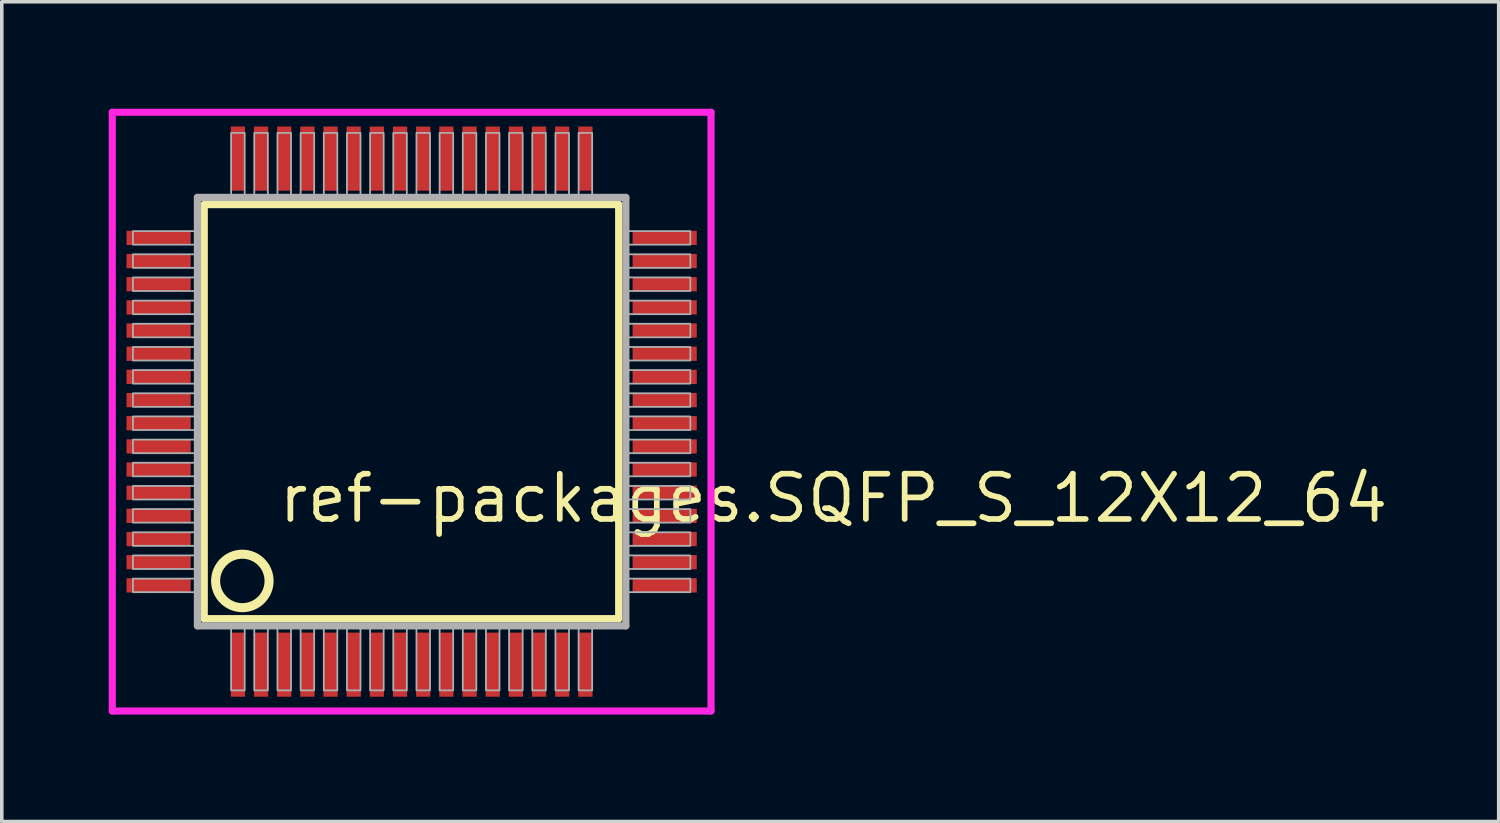
<source format=kicad_pcb>
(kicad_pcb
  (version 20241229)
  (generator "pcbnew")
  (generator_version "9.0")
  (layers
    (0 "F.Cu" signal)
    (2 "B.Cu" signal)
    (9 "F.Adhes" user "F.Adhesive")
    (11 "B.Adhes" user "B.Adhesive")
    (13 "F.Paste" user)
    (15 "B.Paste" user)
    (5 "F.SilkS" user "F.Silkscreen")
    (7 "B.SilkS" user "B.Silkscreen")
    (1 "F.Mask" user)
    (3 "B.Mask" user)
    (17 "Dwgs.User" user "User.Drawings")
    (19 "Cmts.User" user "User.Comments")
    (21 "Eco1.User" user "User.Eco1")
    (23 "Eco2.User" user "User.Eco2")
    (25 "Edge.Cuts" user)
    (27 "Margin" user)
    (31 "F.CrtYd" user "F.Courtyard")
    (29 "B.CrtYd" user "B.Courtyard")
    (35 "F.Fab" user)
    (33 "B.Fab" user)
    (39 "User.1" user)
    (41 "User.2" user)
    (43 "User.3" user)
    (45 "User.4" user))
  (footprint "ref-packages.SQFP_S_12X12_64"
    (layer "F.Cu")
    (at 8.5 8.5)
    (property "Reference" "ref-packages.SQFP_S_12X12_64" (at -3.81 3.175 0) (layer "F.SilkS") (effects (font (size 1.27 1.27) (thickness 0.16)) (justify left bottom)))
    (attr smd)
    (fp_line (start -5.82 -5.81) (end 5.81 -5.81) (stroke (width 0.203) (type default)) (layer "F.SilkS"))
    (fp_line (start -5.82 5.81) (end -5.82 -5.81) (stroke (width 0.203) (type default)) (layer "F.SilkS"))
    (fp_line (start 5.81 -5.81) (end 5.81 5.81) (stroke (width 0.203) (type default)) (layer "F.SilkS"))
    (fp_line (start 5.81 5.81) (end -5.82 5.81) (stroke (width 0.203) (type default)) (layer "F.SilkS"))
    (fp_circle (center -4.75 4.75) (end -4 4.75) (stroke (width 0.254) (type default)) (fill no) (layer "F.SilkS"))
    (fp_line (start -8.4 -8.4) (end 8.4 -8.4) (stroke (width 0.2) (type default)) (layer "F.CrtYd"))
    (fp_line (start -8.4 8.4) (end -8.4 -8.4) (stroke (width 0.2) (type default)) (layer "F.CrtYd"))
    (fp_line (start 8.4 -8.4) (end 8.4 8.4) (stroke (width 0.2) (type default)) (layer "F.CrtYd"))
    (fp_line (start 8.4 8.4) (end -8.4 8.4) (stroke (width 0.2) (type default)) (layer "F.CrtYd"))
    (fp_line (start -6.01 -6.01) (end -6.01 6.01) (stroke (width 0.203) (type default)) (layer "F.Fab"))
    (fp_line (start -6.01 6.01) (end 6.01 6.01) (stroke (width 0.203) (type default)) (layer "F.Fab"))
    (fp_line (start 6.01 -6.01) (end -6.01 -6.01) (stroke (width 0.203) (type default)) (layer "F.Fab"))
    (fp_line (start 6.01 6.01) (end 6.01 -6.01) (stroke (width 0.203) (type default)) (layer "F.Fab"))
    (fp_rect (start -7.82 -4.685) (end -6.05 -5.065) (stroke (width 0.05) (type default)) (fill no) (layer "F.Fab"))
    (fp_rect (start -7.82 -4.035) (end -6.05 -4.415) (stroke (width 0.05) (type default)) (fill no) (layer "F.Fab"))
    (fp_rect (start -7.82 -3.385) (end -6.05 -3.765) (stroke (width 0.05) (type default)) (fill no) (layer "F.Fab"))
    (fp_rect (start -7.82 -2.735) (end -6.05 -3.115) (stroke (width 0.05) (type default)) (fill no) (layer "F.Fab"))
    (fp_rect (start -7.82 -2.085) (end -6.05 -2.465) (stroke (width 0.05) (type default)) (fill no) (layer "F.Fab"))
    (fp_rect (start -7.82 -1.435) (end -6.05 -1.815) (stroke (width 0.05) (type default)) (fill no) (layer "F.Fab"))
    (fp_rect (start -7.82 -0.785) (end -6.05 -1.165) (stroke (width 0.05) (type default)) (fill no) (layer "F.Fab"))
    (fp_rect (start -7.82 -0.135) (end -6.05 -0.515) (stroke (width 0.05) (type default)) (fill no) (layer "F.Fab"))
    (fp_rect (start -7.82 0.515) (end -6.05 0.135) (stroke (width 0.05) (type default)) (fill no) (layer "F.Fab"))
    (fp_rect (start -7.82 1.165) (end -6.05 0.785) (stroke (width 0.05) (type default)) (fill no) (layer "F.Fab"))
    (fp_rect (start -7.82 1.815) (end -6.05 1.435) (stroke (width 0.05) (type default)) (fill no) (layer "F.Fab"))
    (fp_rect (start -7.82 2.465) (end -6.05 2.085) (stroke (width 0.05) (type default)) (fill no) (layer "F.Fab"))
    (fp_rect (start -7.82 3.115) (end -6.05 2.735) (stroke (width 0.05) (type default)) (fill no) (layer "F.Fab"))
    (fp_rect (start -7.82 3.765) (end -6.05 3.385) (stroke (width 0.05) (type default)) (fill no) (layer "F.Fab"))
    (fp_rect (start -7.82 4.415) (end -6.05 4.035) (stroke (width 0.05) (type default)) (fill no) (layer "F.Fab"))
    (fp_rect (start -7.82 5.065) (end -6.05 4.685) (stroke (width 0.05) (type default)) (fill no) (layer "F.Fab"))
    (fp_rect (start -5.065 -6.05) (end -4.685 -7.82) (stroke (width 0.05) (type default)) (fill no) (layer "F.Fab"))
    (fp_rect (start -5.065 7.82) (end -4.685 6.05) (stroke (width 0.05) (type default)) (fill no) (layer "F.Fab"))
    (fp_rect (start -4.415 -6.05) (end -4.035 -7.82) (stroke (width 0.05) (type default)) (fill no) (layer "F.Fab"))
    (fp_rect (start -4.415 7.82) (end -4.035 6.05) (stroke (width 0.05) (type default)) (fill no) (layer "F.Fab"))
    (fp_rect (start -3.765 -6.05) (end -3.385 -7.82) (stroke (width 0.05) (type default)) (fill no) (layer "F.Fab"))
    (fp_rect (start -3.765 7.82) (end -3.385 6.05) (stroke (width 0.05) (type default)) (fill no) (layer "F.Fab"))
    (fp_rect (start -3.115 -6.05) (end -2.735 -7.82) (stroke (width 0.05) (type default)) (fill no) (layer "F.Fab"))
    (fp_rect (start -3.115 7.82) (end -2.735 6.05) (stroke (width 0.05) (type default)) (fill no) (layer "F.Fab"))
    (fp_rect (start -2.465 -6.05) (end -2.085 -7.82) (stroke (width 0.05) (type default)) (fill no) (layer "F.Fab"))
    (fp_rect (start -2.465 7.82) (end -2.085 6.05) (stroke (width 0.05) (type default)) (fill no) (layer "F.Fab"))
    (fp_rect (start -1.815 -6.05) (end -1.435 -7.82) (stroke (width 0.05) (type default)) (fill no) (layer "F.Fab"))
    (fp_rect (start -1.815 7.82) (end -1.435 6.05) (stroke (width 0.05) (type default)) (fill no) (layer "F.Fab"))
    (fp_rect (start -1.165 -6.05) (end -0.785 -7.82) (stroke (width 0.05) (type default)) (fill no) (layer "F.Fab"))
    (fp_rect (start -1.165 7.82) (end -0.785 6.05) (stroke (width 0.05) (type default)) (fill no) (layer "F.Fab"))
    (fp_rect (start -0.515 -6.05) (end -0.135 -7.82) (stroke (width 0.05) (type default)) (fill no) (layer "F.Fab"))
    (fp_rect (start -0.515 7.82) (end -0.135 6.05) (stroke (width 0.05) (type default)) (fill no) (layer "F.Fab"))
    (fp_rect (start 0.135 -6.05) (end 0.515 -7.82) (stroke (width 0.05) (type default)) (fill no) (layer "F.Fab"))
    (fp_rect (start 0.135 7.82) (end 0.515 6.05) (stroke (width 0.05) (type default)) (fill no) (layer "F.Fab"))
    (fp_rect (start 0.785 -6.05) (end 1.165 -7.82) (stroke (width 0.05) (type default)) (fill no) (layer "F.Fab"))
    (fp_rect (start 0.785 7.82) (end 1.165 6.05) (stroke (width 0.05) (type default)) (fill no) (layer "F.Fab"))
    (fp_rect (start 1.435 -6.05) (end 1.815 -7.82) (stroke (width 0.05) (type default)) (fill no) (layer "F.Fab"))
    (fp_rect (start 1.435 7.82) (end 1.815 6.05) (stroke (width 0.05) (type default)) (fill no) (layer "F.Fab"))
    (fp_rect (start 2.085 -6.05) (end 2.465 -7.82) (stroke (width 0.05) (type default)) (fill no) (layer "F.Fab"))
    (fp_rect (start 2.085 7.82) (end 2.465 6.05) (stroke (width 0.05) (type default)) (fill no) (layer "F.Fab"))
    (fp_rect (start 2.735 -6.05) (end 3.115 -7.82) (stroke (width 0.05) (type default)) (fill no) (layer "F.Fab"))
    (fp_rect (start 2.735 7.82) (end 3.115 6.05) (stroke (width 0.05) (type default)) (fill no) (layer "F.Fab"))
    (fp_rect (start 3.385 -6.05) (end 3.765 -7.82) (stroke (width 0.05) (type default)) (fill no) (layer "F.Fab"))
    (fp_rect (start 3.385 7.82) (end 3.765 6.05) (stroke (width 0.05) (type default)) (fill no) (layer "F.Fab"))
    (fp_rect (start 4.035 -6.05) (end 4.415 -7.82) (stroke (width 0.05) (type default)) (fill no) (layer "F.Fab"))
    (fp_rect (start 4.035 7.82) (end 4.415 6.05) (stroke (width 0.05) (type default)) (fill no) (layer "F.Fab"))
    (fp_rect (start 4.685 -6.05) (end 5.065 -7.82) (stroke (width 0.05) (type default)) (fill no) (layer "F.Fab"))
    (fp_rect (start 4.685 7.82) (end 5.065 6.05) (stroke (width 0.05) (type default)) (fill no) (layer "F.Fab"))
    (fp_rect (start 6.05 -4.685) (end 7.82 -5.065) (stroke (width 0.05) (type default)) (fill no) (layer "F.Fab"))
    (fp_rect (start 6.05 -4.035) (end 7.82 -4.415) (stroke (width 0.05) (type default)) (fill no) (layer "F.Fab"))
    (fp_rect (start 6.05 -3.385) (end 7.82 -3.765) (stroke (width 0.05) (type default)) (fill no) (layer "F.Fab"))
    (fp_rect (start 6.05 -2.735) (end 7.82 -3.115) (stroke (width 0.05) (type default)) (fill no) (layer "F.Fab"))
    (fp_rect (start 6.05 -2.085) (end 7.82 -2.465) (stroke (width 0.05) (type default)) (fill no) (layer "F.Fab"))
    (fp_rect (start 6.05 -1.435) (end 7.82 -1.815) (stroke (width 0.05) (type default)) (fill no) (layer "F.Fab"))
    (fp_rect (start 6.05 -0.785) (end 7.82 -1.165) (stroke (width 0.05) (type default)) (fill no) (layer "F.Fab"))
    (fp_rect (start 6.05 -0.135) (end 7.82 -0.515) (stroke (width 0.05) (type default)) (fill no) (layer "F.Fab"))
    (fp_rect (start 6.05 0.515) (end 7.82 0.135) (stroke (width 0.05) (type default)) (fill no) (layer "F.Fab"))
    (fp_rect (start 6.05 1.165) (end 7.82 0.785) (stroke (width 0.05) (type default)) (fill no) (layer "F.Fab"))
    (fp_rect (start 6.05 1.815) (end 7.82 1.435) (stroke (width 0.05) (type default)) (fill no) (layer "F.Fab"))
    (fp_rect (start 6.05 2.465) (end 7.82 2.085) (stroke (width 0.05) (type default)) (fill no) (layer "F.Fab"))
    (fp_rect (start 6.05 3.115) (end 7.82 2.735) (stroke (width 0.05) (type default)) (fill no) (layer "F.Fab"))
    (fp_rect (start 6.05 3.765) (end 7.82 3.385) (stroke (width 0.05) (type default)) (fill no) (layer "F.Fab"))
    (fp_rect (start 6.05 4.415) (end 7.82 4.035) (stroke (width 0.05) (type default)) (fill no) (layer "F.Fab"))
    (fp_rect (start 6.05 5.065) (end 7.82 4.685) (stroke (width 0.05) (type default)) (fill no) (layer "F.Fab"))
    (pad "1" smd roundrect (at -4.875 7.1) (size 0.4 1.8) (layers "F.Cu" "F.Mask" "F.Paste") (roundrect_rratio 0.01))
    (pad "2" smd roundrect (at -4.225 7.1) (size 0.4 1.8) (layers "F.Cu" "F.Mask" "F.Paste") (roundrect_rratio 0.01))
    (pad "3" smd roundrect (at -3.575 7.1) (size 0.4 1.8) (layers "F.Cu" "F.Mask" "F.Paste") (roundrect_rratio 0.01))
    (pad "4" smd roundrect (at -2.925 7.1) (size 0.4 1.8) (layers "F.Cu" "F.Mask" "F.Paste") (roundrect_rratio 0.01))
    (pad "5" smd roundrect (at -2.275 7.1) (size 0.4 1.8) (layers "F.Cu" "F.Mask" "F.Paste") (roundrect_rratio 0.01))
    (pad "6" smd roundrect (at -1.625 7.1) (size 0.4 1.8) (layers "F.Cu" "F.Mask" "F.Paste") (roundrect_rratio 0.01))
    (pad "7" smd roundrect (at -0.975 7.1) (size 0.4 1.8) (layers "F.Cu" "F.Mask" "F.Paste") (roundrect_rratio 0.01))
    (pad "8" smd roundrect (at -0.325 7.1) (size 0.4 1.8) (layers "F.Cu" "F.Mask" "F.Paste") (roundrect_rratio 0.01))
    (pad "9" smd roundrect (at 0.325 7.1) (size 0.4 1.8) (layers "F.Cu" "F.Mask" "F.Paste") (roundrect_rratio 0.01))
    (pad "10" smd roundrect (at 0.975 7.1) (size 0.4 1.8) (layers "F.Cu" "F.Mask" "F.Paste") (roundrect_rratio 0.01))
    (pad "11" smd roundrect (at 1.625 7.1) (size 0.4 1.8) (layers "F.Cu" "F.Mask" "F.Paste") (roundrect_rratio 0.01))
    (pad "12" smd roundrect (at 2.275 7.1) (size 0.4 1.8) (layers "F.Cu" "F.Mask" "F.Paste") (roundrect_rratio 0.01))
    (pad "13" smd roundrect (at 2.925 7.1) (size 0.4 1.8) (layers "F.Cu" "F.Mask" "F.Paste") (roundrect_rratio 0.01))
    (pad "14" smd roundrect (at 3.575 7.1) (size 0.4 1.8) (layers "F.Cu" "F.Mask" "F.Paste") (roundrect_rratio 0.01))
    (pad "15" smd roundrect (at 4.225 7.1) (size 0.4 1.8) (layers "F.Cu" "F.Mask" "F.Paste") (roundrect_rratio 0.01))
    (pad "16" smd roundrect (at 4.875 7.1) (size 0.4 1.8) (layers "F.Cu" "F.Mask" "F.Paste") (roundrect_rratio 0.01))
    (pad "17" smd roundrect (at 7.1 4.875) (size 1.8 0.4) (layers "F.Cu" "F.Mask" "F.Paste") (roundrect_rratio 0.01))
    (pad "18" smd roundrect (at 7.1 4.225) (size 1.8 0.4) (layers "F.Cu" "F.Mask" "F.Paste") (roundrect_rratio 0.01))
    (pad "19" smd roundrect (at 7.1 3.575) (size 1.8 0.4) (layers "F.Cu" "F.Mask" "F.Paste") (roundrect_rratio 0.01))
    (pad "20" smd roundrect (at 7.1 2.925) (size 1.8 0.4) (layers "F.Cu" "F.Mask" "F.Paste") (roundrect_rratio 0.01))
    (pad "21" smd roundrect (at 7.1 2.275) (size 1.8 0.4) (layers "F.Cu" "F.Mask" "F.Paste") (roundrect_rratio 0.01))
    (pad "22" smd roundrect (at 7.1 1.625) (size 1.8 0.4) (layers "F.Cu" "F.Mask" "F.Paste") (roundrect_rratio 0.01))
    (pad "23" smd roundrect (at 7.1 0.975) (size 1.8 0.4) (layers "F.Cu" "F.Mask" "F.Paste") (roundrect_rratio 0.01))
    (pad "24" smd roundrect (at 7.1 0.325) (size 1.8 0.4) (layers "F.Cu" "F.Mask" "F.Paste") (roundrect_rratio 0.01))
    (pad "25" smd roundrect (at 7.1 -0.325) (size 1.8 0.4) (layers "F.Cu" "F.Mask" "F.Paste") (roundrect_rratio 0.01))
    (pad "26" smd roundrect (at 7.1 -0.975) (size 1.8 0.4) (layers "F.Cu" "F.Mask" "F.Paste") (roundrect_rratio 0.01))
    (pad "27" smd roundrect (at 7.1 -1.625) (size 1.8 0.4) (layers "F.Cu" "F.Mask" "F.Paste") (roundrect_rratio 0.01))
    (pad "28" smd roundrect (at 7.1 -2.275) (size 1.8 0.4) (layers "F.Cu" "F.Mask" "F.Paste") (roundrect_rratio 0.01))
    (pad "29" smd roundrect (at 7.1 -2.925) (size 1.8 0.4) (layers "F.Cu" "F.Mask" "F.Paste") (roundrect_rratio 0.01))
    (pad "30" smd roundrect (at 7.1 -3.575) (size 1.8 0.4) (layers "F.Cu" "F.Mask" "F.Paste") (roundrect_rratio 0.01))
    (pad "31" smd roundrect (at 7.1 -4.225) (size 1.8 0.4) (layers "F.Cu" "F.Mask" "F.Paste") (roundrect_rratio 0.01))
    (pad "32" smd roundrect (at 7.1 -4.875) (size 1.8 0.4) (layers "F.Cu" "F.Mask" "F.Paste") (roundrect_rratio 0.01))
    (pad "33" smd roundrect (at 4.875 -7.1) (size 0.4 1.8) (layers "F.Cu" "F.Mask" "F.Paste") (roundrect_rratio 0.01))
    (pad "34" smd roundrect (at 4.225 -7.1) (size 0.4 1.8) (layers "F.Cu" "F.Mask" "F.Paste") (roundrect_rratio 0.01))
    (pad "35" smd roundrect (at 3.575 -7.1) (size 0.4 1.8) (layers "F.Cu" "F.Mask" "F.Paste") (roundrect_rratio 0.01))
    (pad "36" smd roundrect (at 2.925 -7.1) (size 0.4 1.8) (layers "F.Cu" "F.Mask" "F.Paste") (roundrect_rratio 0.01))
    (pad "37" smd roundrect (at 2.275 -7.1) (size 0.4 1.8) (layers "F.Cu" "F.Mask" "F.Paste") (roundrect_rratio 0.01))
    (pad "38" smd roundrect (at 1.625 -7.1) (size 0.4 1.8) (layers "F.Cu" "F.Mask" "F.Paste") (roundrect_rratio 0.01))
    (pad "39" smd roundrect (at 0.975 -7.1) (size 0.4 1.8) (layers "F.Cu" "F.Mask" "F.Paste") (roundrect_rratio 0.01))
    (pad "40" smd roundrect (at 0.325 -7.1) (size 0.4 1.8) (layers "F.Cu" "F.Mask" "F.Paste") (roundrect_rratio 0.01))
    (pad "41" smd roundrect (at -0.325 -7.1) (size 0.4 1.8) (layers "F.Cu" "F.Mask" "F.Paste") (roundrect_rratio 0.01))
    (pad "42" smd roundrect (at -0.975 -7.1) (size 0.4 1.8) (layers "F.Cu" "F.Mask" "F.Paste") (roundrect_rratio 0.01))
    (pad "43" smd roundrect (at -1.625 -7.1) (size 0.4 1.8) (layers "F.Cu" "F.Mask" "F.Paste") (roundrect_rratio 0.01))
    (pad "44" smd roundrect (at -2.275 -7.1) (size 0.4 1.8) (layers "F.Cu" "F.Mask" "F.Paste") (roundrect_rratio 0.01))
    (pad "45" smd roundrect (at -2.925 -7.1) (size 0.4 1.8) (layers "F.Cu" "F.Mask" "F.Paste") (roundrect_rratio 0.01))
    (pad "46" smd roundrect (at -3.575 -7.1) (size 0.4 1.8) (layers "F.Cu" "F.Mask" "F.Paste") (roundrect_rratio 0.01))
    (pad "47" smd roundrect (at -4.225 -7.1) (size 0.4 1.8) (layers "F.Cu" "F.Mask" "F.Paste") (roundrect_rratio 0.01))
    (pad "48" smd roundrect (at -4.875 -7.1) (size 0.4 1.8) (layers "F.Cu" "F.Mask" "F.Paste") (roundrect_rratio 0.01))
    (pad "49" smd roundrect (at -7.1 -4.875) (size 1.8 0.4) (layers "F.Cu" "F.Mask" "F.Paste") (roundrect_rratio 0.01))
    (pad "50" smd roundrect (at -7.1 -4.225) (size 1.8 0.4) (layers "F.Cu" "F.Mask" "F.Paste") (roundrect_rratio 0.01))
    (pad "51" smd roundrect (at -7.1 -3.575) (size 1.8 0.4) (layers "F.Cu" "F.Mask" "F.Paste") (roundrect_rratio 0.01))
    (pad "52" smd roundrect (at -7.1 -2.925) (size 1.8 0.4) (layers "F.Cu" "F.Mask" "F.Paste") (roundrect_rratio 0.01))
    (pad "53" smd roundrect (at -7.1 -2.275) (size 1.8 0.4) (layers "F.Cu" "F.Mask" "F.Paste") (roundrect_rratio 0.01))
    (pad "54" smd roundrect (at -7.1 -1.625) (size 1.8 0.4) (layers "F.Cu" "F.Mask" "F.Paste") (roundrect_rratio 0.01))
    (pad "55" smd roundrect (at -7.1 -0.975) (size 1.8 0.4) (layers "F.Cu" "F.Mask" "F.Paste") (roundrect_rratio 0.01))
    (pad "56" smd roundrect (at -7.1 -0.325) (size 1.8 0.4) (layers "F.Cu" "F.Mask" "F.Paste") (roundrect_rratio 0.01))
    (pad "57" smd roundrect (at -7.1 0.325) (size 1.8 0.4) (layers "F.Cu" "F.Mask" "F.Paste") (roundrect_rratio 0.01))
    (pad "58" smd roundrect (at -7.1 0.975) (size 1.8 0.4) (layers "F.Cu" "F.Mask" "F.Paste") (roundrect_rratio 0.01))
    (pad "59" smd roundrect (at -7.1 1.625) (size 1.8 0.4) (layers "F.Cu" "F.Mask" "F.Paste") (roundrect_rratio 0.01))
    (pad "60" smd roundrect (at -7.1 2.275) (size 1.8 0.4) (layers "F.Cu" "F.Mask" "F.Paste") (roundrect_rratio 0.01))
    (pad "61" smd roundrect (at -7.1 2.925) (size 1.8 0.4) (layers "F.Cu" "F.Mask" "F.Paste") (roundrect_rratio 0.01))
    (pad "62" smd roundrect (at -7.1 3.575) (size 1.8 0.4) (layers "F.Cu" "F.Mask" "F.Paste") (roundrect_rratio 0.01))
    (pad "63" smd roundrect (at -7.1 4.225) (size 1.8 0.4) (layers "F.Cu" "F.Mask" "F.Paste") (roundrect_rratio 0.01))
    (pad "64" smd roundrect (at -7.1 4.875) (size 1.8 0.4) (layers "F.Cu" "F.Mask" "F.Paste") (roundrect_rratio 0.01)))
  (gr_rect
    (start -3 -3)
    (end 39.001 20)
    (stroke (width 0.1) (type default))
    (fill no)
    (layer "Edge.Cuts")))
</source>
